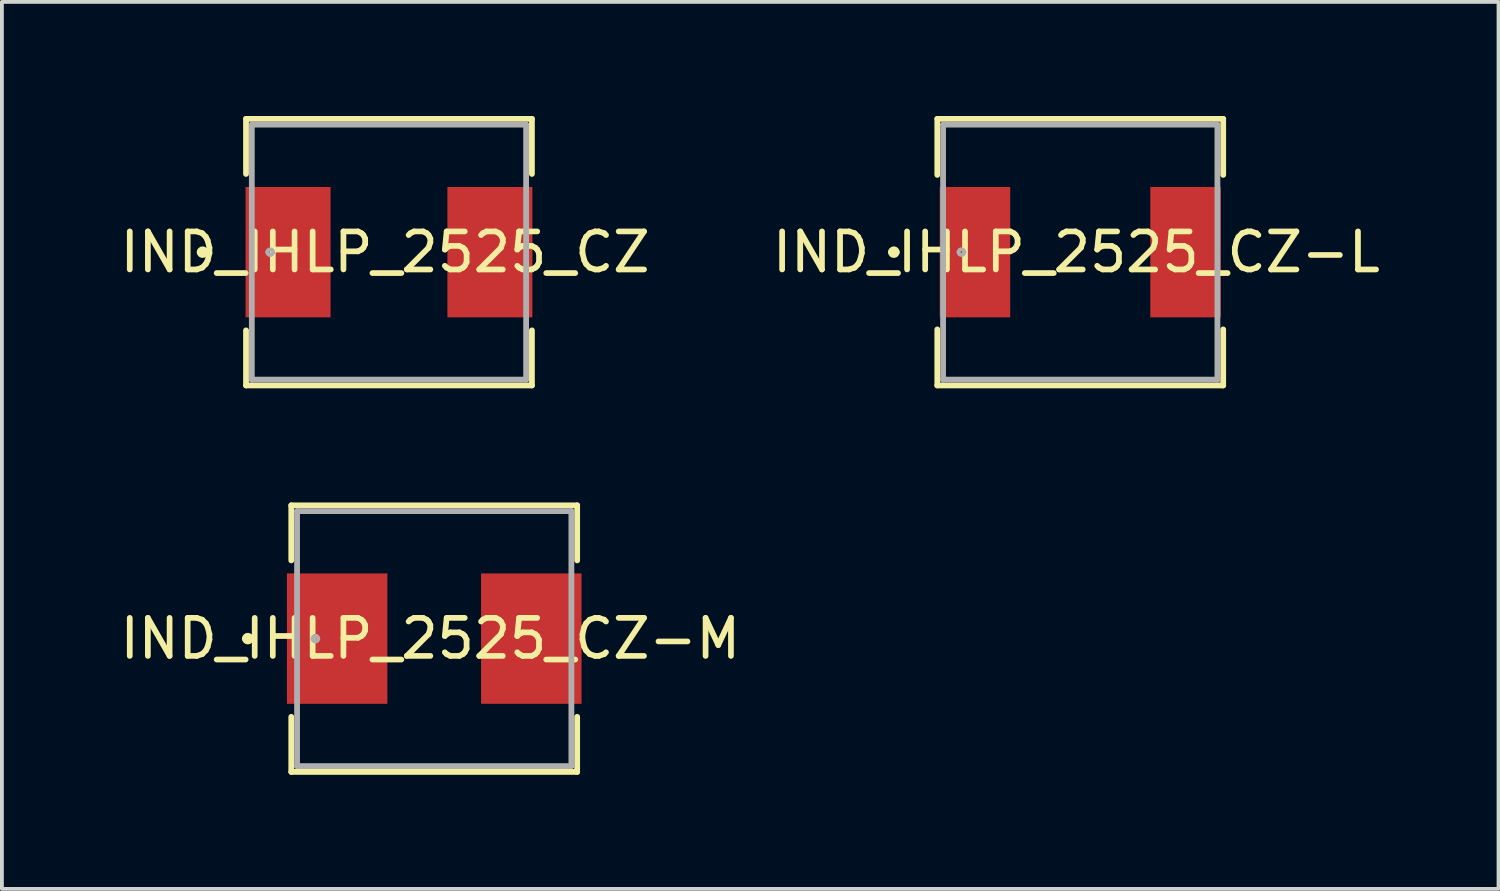
<source format=kicad_pcb>
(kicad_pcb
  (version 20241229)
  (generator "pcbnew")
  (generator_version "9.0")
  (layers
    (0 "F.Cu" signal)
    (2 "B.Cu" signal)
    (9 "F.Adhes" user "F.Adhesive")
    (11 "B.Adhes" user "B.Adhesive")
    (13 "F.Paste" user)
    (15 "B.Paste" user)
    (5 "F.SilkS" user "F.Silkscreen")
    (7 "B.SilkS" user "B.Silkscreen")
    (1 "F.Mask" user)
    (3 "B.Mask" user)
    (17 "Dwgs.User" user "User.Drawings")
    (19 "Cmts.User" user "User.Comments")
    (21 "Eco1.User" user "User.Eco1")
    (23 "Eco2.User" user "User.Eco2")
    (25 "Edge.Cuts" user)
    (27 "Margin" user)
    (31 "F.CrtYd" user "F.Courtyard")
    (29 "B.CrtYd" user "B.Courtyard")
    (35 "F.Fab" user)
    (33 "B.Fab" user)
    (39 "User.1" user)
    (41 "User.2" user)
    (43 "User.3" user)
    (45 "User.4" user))
  (footprint "IND_IHLP_2525_CZ-L"
    (layer "F.Cu")
    (at 25.358 3.581)
    (property "Reference" "IND_IHLP_2525_CZ-L" (at -0.102 0 0) (layer "F.SilkS") (effects (font (size 1 1) (thickness 0.15))))
    (attr through_hole)
    (fp_line (start -3.759 -3.505) (end -3.759 -2.032) (stroke (width 0.152) (type solid)) (layer "F.SilkS"))
    (fp_line (start -3.759 2.032) (end -3.759 3.505) (stroke (width 0.152) (type solid)) (layer "F.SilkS"))
    (fp_line (start -3.759 3.505) (end 3.759 3.505) (stroke (width 0.152) (type solid)) (layer "F.SilkS"))
    (fp_line (start 3.759 -3.505) (end -3.759 -3.505) (stroke (width 0.152) (type solid)) (layer "F.SilkS"))
    (fp_line (start 3.759 -2.032) (end 3.759 -3.505) (stroke (width 0.152) (type solid)) (layer "F.SilkS"))
    (fp_line (start 3.759 3.505) (end 3.759 2.032) (stroke (width 0.152) (type solid)) (layer "F.SilkS"))
    (fp_arc (start -4.9784 0) (mid -4.9022 -0.0762) (end -4.826 0) (stroke (width 0.1524) (type solid)) (layer "F.SilkS"))
    (fp_arc (start -4.826 0) (mid -4.9022 0.0762) (end -4.9784 0) (stroke (width 0.1524) (type solid)) (layer "F.SilkS"))
    (fp_line (start -3.607 -3.353) (end -3.607 3.353) (stroke (width 0.152) (type solid)) (layer "F.Fab"))
    (fp_line (start -3.607 3.353) (end 3.607 3.353) (stroke (width 0.152) (type solid)) (layer "F.Fab"))
    (fp_line (start 3.607 -3.353) (end -3.607 -3.353) (stroke (width 0.152) (type solid)) (layer "F.Fab"))
    (fp_line (start 3.607 3.353) (end 3.607 -3.353) (stroke (width 0.152) (type solid)) (layer "F.Fab"))
    (fp_arc (start -3.2004 0) (mid -3.1242 -0.0762) (end -3.048 0) (stroke (width 0.1) (type solid)) (layer "F.Fab"))
    (fp_arc (start -3.048 0) (mid -3.1242 0.0762) (end -3.2004 0) (stroke (width 0.1) (type solid)) (layer "F.Fab"))
    (pad "1" smd rect (at -2.769 0 90) (size 3.429 1.854) (layers "F.Cu" "F.Mask" "F.Paste"))
    (pad "2" smd rect (at 2.769 0 90) (size 3.429 1.854) (layers "F.Cu" "F.Mask" "F.Paste")))
  (footprint "IND_IHLP_2525_CZ-M"
    (layer "F.Cu")
    (at 8.369 13.744)
    (property "Reference" "IND_IHLP_2525_CZ-M" (at -0.102 0 0) (layer "F.SilkS") (effects (font (size 1 1) (thickness 0.15))))
    (attr through_hole)
    (fp_line (start -3.759 -3.505) (end -3.759 -2.057) (stroke (width 0.152) (type solid)) (layer "F.SilkS"))
    (fp_line (start -3.759 2.057) (end -3.759 3.505) (stroke (width 0.152) (type solid)) (layer "F.SilkS"))
    (fp_line (start -3.759 3.505) (end 3.759 3.505) (stroke (width 0.152) (type solid)) (layer "F.SilkS"))
    (fp_line (start 3.759 -3.505) (end -3.759 -3.505) (stroke (width 0.152) (type solid)) (layer "F.SilkS"))
    (fp_line (start 3.759 -2.057) (end 3.759 -3.505) (stroke (width 0.152) (type solid)) (layer "F.SilkS"))
    (fp_line (start 3.759 3.505) (end 3.759 2.057) (stroke (width 0.152) (type solid)) (layer "F.SilkS"))
    (fp_arc (start -4.9784 0) (mid -4.9022 -0.0762) (end -4.826 0) (stroke (width 0.1524) (type solid)) (layer "F.SilkS"))
    (fp_arc (start -4.826 0) (mid -4.9022 0.0762) (end -4.9784 0) (stroke (width 0.1524) (type solid)) (layer "F.SilkS"))
    (fp_line (start -3.607 -3.353) (end -3.607 3.353) (stroke (width 0.152) (type solid)) (layer "F.Fab"))
    (fp_line (start -3.607 3.353) (end 3.607 3.353) (stroke (width 0.152) (type solid)) (layer "F.Fab"))
    (fp_line (start 3.607 -3.353) (end -3.607 -3.353) (stroke (width 0.152) (type solid)) (layer "F.Fab"))
    (fp_line (start 3.607 3.353) (end 3.607 -3.353) (stroke (width 0.152) (type solid)) (layer "F.Fab"))
    (fp_arc (start -3.2004 0) (mid -3.1242 -0.0762) (end -3.048 0) (stroke (width 0.1) (type solid)) (layer "F.Fab"))
    (fp_arc (start -3.048 0) (mid -3.1242 0.0762) (end -3.2004 0) (stroke (width 0.1) (type solid)) (layer "F.Fab"))
    (pad "1" smd rect (at -2.553 0 90) (size 3.429 2.642) (layers "F.Cu" "F.Mask" "F.Paste"))
    (pad "2" smd rect (at 2.553 0 90) (size 3.429 2.642) (layers "F.Cu" "F.Mask" "F.Paste")))
  (footprint "IND_IHLP_2525_CZ"
    (layer "F.Cu")
    (at 7.179 3.581)
    (property "Reference" "IND_IHLP_2525_CZ" (at -0.102 0 0) (layer "F.SilkS") (effects (font (size 1 1) (thickness 0.15))))
    (attr through_hole)
    (fp_line (start -3.759 -3.505) (end -3.759 -2.057) (stroke (width 0.152) (type solid)) (layer "F.SilkS"))
    (fp_line (start -3.759 2.057) (end -3.759 3.505) (stroke (width 0.152) (type solid)) (layer "F.SilkS"))
    (fp_line (start -3.759 3.505) (end 3.759 3.505) (stroke (width 0.152) (type solid)) (layer "F.SilkS"))
    (fp_line (start 3.759 -3.505) (end -3.759 -3.505) (stroke (width 0.152) (type solid)) (layer "F.SilkS"))
    (fp_line (start 3.759 -2.057) (end 3.759 -3.505) (stroke (width 0.152) (type solid)) (layer "F.SilkS"))
    (fp_line (start 3.759 3.505) (end 3.759 2.057) (stroke (width 0.152) (type solid)) (layer "F.SilkS"))
    (fp_arc (start -4.9784 0) (mid -4.9022 -0.0762) (end -4.826 0) (stroke (width 0.1524) (type solid)) (layer "F.SilkS"))
    (fp_arc (start -4.826 0) (mid -4.9022 0.0762) (end -4.9784 0) (stroke (width 0.1524) (type solid)) (layer "F.SilkS"))
    (fp_line (start -3.607 -3.353) (end -3.607 3.353) (stroke (width 0.152) (type solid)) (layer "F.Fab"))
    (fp_line (start -3.607 3.353) (end 3.607 3.353) (stroke (width 0.152) (type solid)) (layer "F.Fab"))
    (fp_line (start 3.607 -3.353) (end -3.607 -3.353) (stroke (width 0.152) (type solid)) (layer "F.Fab"))
    (fp_line (start 3.607 3.353) (end 3.607 -3.353) (stroke (width 0.152) (type solid)) (layer "F.Fab"))
    (fp_arc (start -3.2004 0) (mid -3.1242 -0.0762) (end -3.048 0) (stroke (width 0.1) (type solid)) (layer "F.Fab"))
    (fp_arc (start -3.048 0) (mid -3.1242 0.0762) (end -3.2004 0) (stroke (width 0.1) (type solid)) (layer "F.Fab"))
    (pad "1" smd rect (at -2.654 0 90) (size 3.429 2.235) (layers "F.Cu" "F.Mask" "F.Paste"))
    (pad "2" smd rect (at 2.654 0 90) (size 3.429 2.235) (layers "F.Cu" "F.Mask" "F.Paste")))
  (gr_rect
    (start -3 -3)
    (end 36.357 20.326)
    (stroke (width 0.1) (type default))
    (fill no)
    (layer "Edge.Cuts")))
</source>
